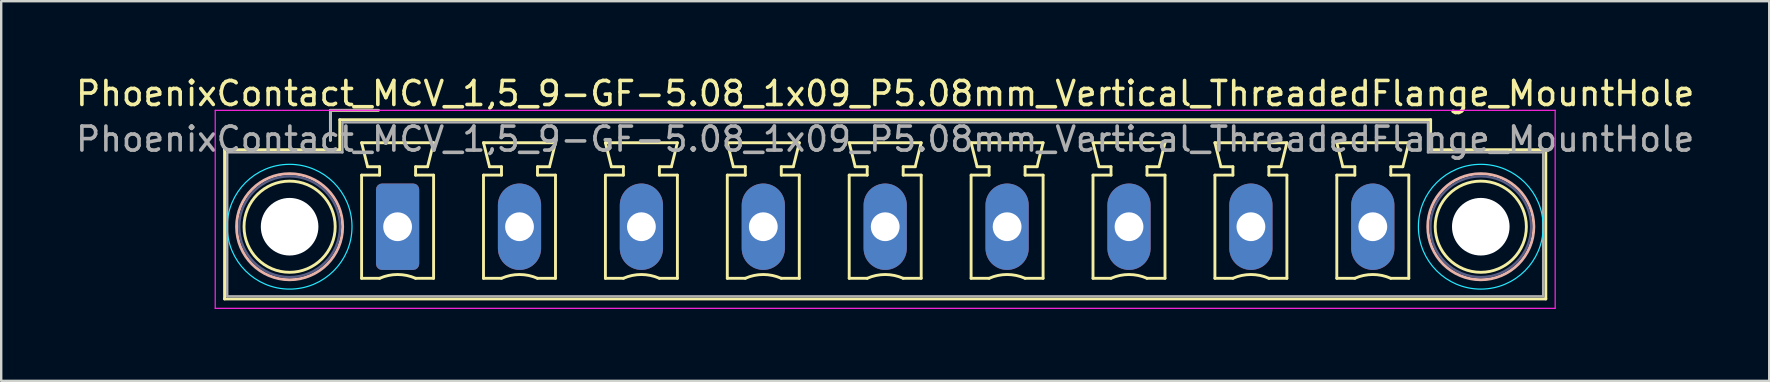
<source format=kicad_pcb>
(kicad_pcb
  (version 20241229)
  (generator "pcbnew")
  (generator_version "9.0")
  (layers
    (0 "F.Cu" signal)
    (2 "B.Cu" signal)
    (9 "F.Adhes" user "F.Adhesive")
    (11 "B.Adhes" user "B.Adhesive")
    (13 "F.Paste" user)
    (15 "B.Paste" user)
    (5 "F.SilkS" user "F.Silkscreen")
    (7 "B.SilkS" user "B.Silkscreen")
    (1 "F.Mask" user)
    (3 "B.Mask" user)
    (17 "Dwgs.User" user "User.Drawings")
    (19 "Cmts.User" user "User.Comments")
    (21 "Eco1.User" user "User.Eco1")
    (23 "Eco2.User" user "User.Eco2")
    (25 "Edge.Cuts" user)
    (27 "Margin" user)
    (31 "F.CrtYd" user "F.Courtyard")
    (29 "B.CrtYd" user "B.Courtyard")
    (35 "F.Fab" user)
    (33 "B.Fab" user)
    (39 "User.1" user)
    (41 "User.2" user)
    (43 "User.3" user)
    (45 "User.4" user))
  (footprint "PhoenixContact_MCV_1,5_9-GF-5.08_1x09_P5.08mm_Vertical_ThreadedFlange_MountHole"
    (layer "F.Cu")
    (at 13.519 6.398)
    (property "Reference" "PhoenixContact_MCV_1,5_9-GF-5.08_1x09_P5.08mm_Vertical_ThreadedFlange_MountHole" (at 20.32 -5.55 0) (layer "F.SilkS") (effects (font (size 1 1) (thickness 0.15))))
    (attr through_hole)
    (fp_line (start -7.21 -3.21) (end -7.21 3.01) (stroke (width 0.12) (type solid)) (layer "F.SilkS"))
    (fp_line (start -7.21 3.01) (end 47.85 3.01) (stroke (width 0.12) (type solid)) (layer "F.SilkS"))
    (fp_line (start -2.8 -4.85) (end -0.8 -4.85) (stroke (width 0.12) (type solid)) (layer "F.SilkS"))
    (fp_line (start -2.8 -3.6) (end -2.8 -4.85) (stroke (width 0.12) (type solid)) (layer "F.SilkS"))
    (fp_line (start -2.41 -4.46) (end -2.41 -3.21) (stroke (width 0.12) (type solid)) (layer "F.SilkS"))
    (fp_line (start -2.41 -3.21) (end -7.21 -3.21) (stroke (width 0.12) (type solid)) (layer "F.SilkS"))
    (fp_line (start -1.5 -3.5) (end 1.5 -3.5) (stroke (width 0.12) (type solid)) (layer "F.SilkS"))
    (fp_line (start -1.5 -2.15) (end -0.75 -2.15) (stroke (width 0.12) (type solid)) (layer "F.SilkS"))
    (fp_line (start -1.5 2.15) (end -1.5 -2.15) (stroke (width 0.12) (type solid)) (layer "F.SilkS"))
    (fp_line (start -1.25 -2.5) (end -1.5 -3.5) (stroke (width 0.12) (type solid)) (layer "F.SilkS"))
    (fp_line (start -0.75 -2.5) (end -1.25 -2.5) (stroke (width 0.12) (type solid)) (layer "F.SilkS"))
    (fp_line (start -0.75 -2.15) (end -0.75 -2.5) (stroke (width 0.12) (type solid)) (layer "F.SilkS"))
    (fp_line (start -0.75 2.15) (end -1.5 2.15) (stroke (width 0.12) (type solid)) (layer "F.SilkS"))
    (fp_line (start 0.75 -2.5) (end 0.75 -2.15) (stroke (width 0.12) (type solid)) (layer "F.SilkS"))
    (fp_line (start 0.75 -2.15) (end 1.5 -2.15) (stroke (width 0.12) (type solid)) (layer "F.SilkS"))
    (fp_line (start 1.25 -2.5) (end 0.75 -2.5) (stroke (width 0.12) (type solid)) (layer "F.SilkS"))
    (fp_line (start 1.5 -3.5) (end 1.25 -2.5) (stroke (width 0.12) (type solid)) (layer "F.SilkS"))
    (fp_line (start 1.5 -2.15) (end 1.5 2.15) (stroke (width 0.12) (type solid)) (layer "F.SilkS"))
    (fp_line (start 1.5 2.15) (end 0.75 2.15) (stroke (width 0.12) (type solid)) (layer "F.SilkS"))
    (fp_line (start 3.58 -3.5) (end 6.58 -3.5) (stroke (width 0.12) (type solid)) (layer "F.SilkS"))
    (fp_line (start 3.58 -2.15) (end 4.33 -2.15) (stroke (width 0.12) (type solid)) (layer "F.SilkS"))
    (fp_line (start 3.58 2.15) (end 3.58 -2.15) (stroke (width 0.12) (type solid)) (layer "F.SilkS"))
    (fp_line (start 3.83 -2.5) (end 3.58 -3.5) (stroke (width 0.12) (type solid)) (layer "F.SilkS"))
    (fp_line (start 4.33 -2.5) (end 3.83 -2.5) (stroke (width 0.12) (type solid)) (layer "F.SilkS"))
    (fp_line (start 4.33 -2.15) (end 4.33 -2.5) (stroke (width 0.12) (type solid)) (layer "F.SilkS"))
    (fp_line (start 4.33 2.15) (end 3.58 2.15) (stroke (width 0.12) (type solid)) (layer "F.SilkS"))
    (fp_line (start 5.83 -2.5) (end 5.83 -2.15) (stroke (width 0.12) (type solid)) (layer "F.SilkS"))
    (fp_line (start 5.83 -2.15) (end 6.58 -2.15) (stroke (width 0.12) (type solid)) (layer "F.SilkS"))
    (fp_line (start 6.33 -2.5) (end 5.83 -2.5) (stroke (width 0.12) (type solid)) (layer "F.SilkS"))
    (fp_line (start 6.58 -3.5) (end 6.33 -2.5) (stroke (width 0.12) (type solid)) (layer "F.SilkS"))
    (fp_line (start 6.58 -2.15) (end 6.58 2.15) (stroke (width 0.12) (type solid)) (layer "F.SilkS"))
    (fp_line (start 6.58 2.15) (end 5.83 2.15) (stroke (width 0.12) (type solid)) (layer "F.SilkS"))
    (fp_line (start 8.66 -3.5) (end 11.66 -3.5) (stroke (width 0.12) (type solid)) (layer "F.SilkS"))
    (fp_line (start 8.66 -2.15) (end 9.41 -2.15) (stroke (width 0.12) (type solid)) (layer "F.SilkS"))
    (fp_line (start 8.66 2.15) (end 8.66 -2.15) (stroke (width 0.12) (type solid)) (layer "F.SilkS"))
    (fp_line (start 8.91 -2.5) (end 8.66 -3.5) (stroke (width 0.12) (type solid)) (layer "F.SilkS"))
    (fp_line (start 9.41 -2.5) (end 8.91 -2.5) (stroke (width 0.12) (type solid)) (layer "F.SilkS"))
    (fp_line (start 9.41 -2.15) (end 9.41 -2.5) (stroke (width 0.12) (type solid)) (layer "F.SilkS"))
    (fp_line (start 9.41 2.15) (end 8.66 2.15) (stroke (width 0.12) (type solid)) (layer "F.SilkS"))
    (fp_line (start 10.91 -2.5) (end 10.91 -2.15) (stroke (width 0.12) (type solid)) (layer "F.SilkS"))
    (fp_line (start 10.91 -2.15) (end 11.66 -2.15) (stroke (width 0.12) (type solid)) (layer "F.SilkS"))
    (fp_line (start 11.41 -2.5) (end 10.91 -2.5) (stroke (width 0.12) (type solid)) (layer "F.SilkS"))
    (fp_line (start 11.66 -3.5) (end 11.41 -2.5) (stroke (width 0.12) (type solid)) (layer "F.SilkS"))
    (fp_line (start 11.66 -2.15) (end 11.66 2.15) (stroke (width 0.12) (type solid)) (layer "F.SilkS"))
    (fp_line (start 11.66 2.15) (end 10.91 2.15) (stroke (width 0.12) (type solid)) (layer "F.SilkS"))
    (fp_line (start 13.74 -3.5) (end 16.74 -3.5) (stroke (width 0.12) (type solid)) (layer "F.SilkS"))
    (fp_line (start 13.74 -2.15) (end 14.49 -2.15) (stroke (width 0.12) (type solid)) (layer "F.SilkS"))
    (fp_line (start 13.74 2.15) (end 13.74 -2.15) (stroke (width 0.12) (type solid)) (layer "F.SilkS"))
    (fp_line (start 13.99 -2.5) (end 13.74 -3.5) (stroke (width 0.12) (type solid)) (layer "F.SilkS"))
    (fp_line (start 14.49 -2.5) (end 13.99 -2.5) (stroke (width 0.12) (type solid)) (layer "F.SilkS"))
    (fp_line (start 14.49 -2.15) (end 14.49 -2.5) (stroke (width 0.12) (type solid)) (layer "F.SilkS"))
    (fp_line (start 14.49 2.15) (end 13.74 2.15) (stroke (width 0.12) (type solid)) (layer "F.SilkS"))
    (fp_line (start 15.99 -2.5) (end 15.99 -2.15) (stroke (width 0.12) (type solid)) (layer "F.SilkS"))
    (fp_line (start 15.99 -2.15) (end 16.74 -2.15) (stroke (width 0.12) (type solid)) (layer "F.SilkS"))
    (fp_line (start 16.49 -2.5) (end 15.99 -2.5) (stroke (width 0.12) (type solid)) (layer "F.SilkS"))
    (fp_line (start 16.74 -3.5) (end 16.49 -2.5) (stroke (width 0.12) (type solid)) (layer "F.SilkS"))
    (fp_line (start 16.74 -2.15) (end 16.74 2.15) (stroke (width 0.12) (type solid)) (layer "F.SilkS"))
    (fp_line (start 16.74 2.15) (end 15.99 2.15) (stroke (width 0.12) (type solid)) (layer "F.SilkS"))
    (fp_line (start 18.82 -3.5) (end 21.82 -3.5) (stroke (width 0.12) (type solid)) (layer "F.SilkS"))
    (fp_line (start 18.82 -2.15) (end 19.57 -2.15) (stroke (width 0.12) (type solid)) (layer "F.SilkS"))
    (fp_line (start 18.82 2.15) (end 18.82 -2.15) (stroke (width 0.12) (type solid)) (layer "F.SilkS"))
    (fp_line (start 19.07 -2.5) (end 18.82 -3.5) (stroke (width 0.12) (type solid)) (layer "F.SilkS"))
    (fp_line (start 19.57 -2.5) (end 19.07 -2.5) (stroke (width 0.12) (type solid)) (layer "F.SilkS"))
    (fp_line (start 19.57 -2.15) (end 19.57 -2.5) (stroke (width 0.12) (type solid)) (layer "F.SilkS"))
    (fp_line (start 19.57 2.15) (end 18.82 2.15) (stroke (width 0.12) (type solid)) (layer "F.SilkS"))
    (fp_line (start 21.07 -2.5) (end 21.07 -2.15) (stroke (width 0.12) (type solid)) (layer "F.SilkS"))
    (fp_line (start 21.07 -2.15) (end 21.82 -2.15) (stroke (width 0.12) (type solid)) (layer "F.SilkS"))
    (fp_line (start 21.57 -2.5) (end 21.07 -2.5) (stroke (width 0.12) (type solid)) (layer "F.SilkS"))
    (fp_line (start 21.82 -3.5) (end 21.57 -2.5) (stroke (width 0.12) (type solid)) (layer "F.SilkS"))
    (fp_line (start 21.82 -2.15) (end 21.82 2.15) (stroke (width 0.12) (type solid)) (layer "F.SilkS"))
    (fp_line (start 21.82 2.15) (end 21.07 2.15) (stroke (width 0.12) (type solid)) (layer "F.SilkS"))
    (fp_line (start 23.9 -3.5) (end 26.9 -3.5) (stroke (width 0.12) (type solid)) (layer "F.SilkS"))
    (fp_line (start 23.9 -2.15) (end 24.65 -2.15) (stroke (width 0.12) (type solid)) (layer "F.SilkS"))
    (fp_line (start 23.9 2.15) (end 23.9 -2.15) (stroke (width 0.12) (type solid)) (layer "F.SilkS"))
    (fp_line (start 24.15 -2.5) (end 23.9 -3.5) (stroke (width 0.12) (type solid)) (layer "F.SilkS"))
    (fp_line (start 24.65 -2.5) (end 24.15 -2.5) (stroke (width 0.12) (type solid)) (layer "F.SilkS"))
    (fp_line (start 24.65 -2.15) (end 24.65 -2.5) (stroke (width 0.12) (type solid)) (layer "F.SilkS"))
    (fp_line (start 24.65 2.15) (end 23.9 2.15) (stroke (width 0.12) (type solid)) (layer "F.SilkS"))
    (fp_line (start 26.15 -2.5) (end 26.15 -2.15) (stroke (width 0.12) (type solid)) (layer "F.SilkS"))
    (fp_line (start 26.15 -2.15) (end 26.9 -2.15) (stroke (width 0.12) (type solid)) (layer "F.SilkS"))
    (fp_line (start 26.65 -2.5) (end 26.15 -2.5) (stroke (width 0.12) (type solid)) (layer "F.SilkS"))
    (fp_line (start 26.9 -3.5) (end 26.65 -2.5) (stroke (width 0.12) (type solid)) (layer "F.SilkS"))
    (fp_line (start 26.9 -2.15) (end 26.9 2.15) (stroke (width 0.12) (type solid)) (layer "F.SilkS"))
    (fp_line (start 26.9 2.15) (end 26.15 2.15) (stroke (width 0.12) (type solid)) (layer "F.SilkS"))
    (fp_line (start 28.98 -3.5) (end 31.98 -3.5) (stroke (width 0.12) (type solid)) (layer "F.SilkS"))
    (fp_line (start 28.98 -2.15) (end 29.73 -2.15) (stroke (width 0.12) (type solid)) (layer "F.SilkS"))
    (fp_line (start 28.98 2.15) (end 28.98 -2.15) (stroke (width 0.12) (type solid)) (layer "F.SilkS"))
    (fp_line (start 29.23 -2.5) (end 28.98 -3.5) (stroke (width 0.12) (type solid)) (layer "F.SilkS"))
    (fp_line (start 29.73 -2.5) (end 29.23 -2.5) (stroke (width 0.12) (type solid)) (layer "F.SilkS"))
    (fp_line (start 29.73 -2.15) (end 29.73 -2.5) (stroke (width 0.12) (type solid)) (layer "F.SilkS"))
    (fp_line (start 29.73 2.15) (end 28.98 2.15) (stroke (width 0.12) (type solid)) (layer "F.SilkS"))
    (fp_line (start 31.23 -2.5) (end 31.23 -2.15) (stroke (width 0.12) (type solid)) (layer "F.SilkS"))
    (fp_line (start 31.23 -2.15) (end 31.98 -2.15) (stroke (width 0.12) (type solid)) (layer "F.SilkS"))
    (fp_line (start 31.73 -2.5) (end 31.23 -2.5) (stroke (width 0.12) (type solid)) (layer "F.SilkS"))
    (fp_line (start 31.98 -3.5) (end 31.73 -2.5) (stroke (width 0.12) (type solid)) (layer "F.SilkS"))
    (fp_line (start 31.98 -2.15) (end 31.98 2.15) (stroke (width 0.12) (type solid)) (layer "F.SilkS"))
    (fp_line (start 31.98 2.15) (end 31.23 2.15) (stroke (width 0.12) (type solid)) (layer "F.SilkS"))
    (fp_line (start 34.06 -3.5) (end 37.06 -3.5) (stroke (width 0.12) (type solid)) (layer "F.SilkS"))
    (fp_line (start 34.06 -2.15) (end 34.81 -2.15) (stroke (width 0.12) (type solid)) (layer "F.SilkS"))
    (fp_line (start 34.06 2.15) (end 34.06 -2.15) (stroke (width 0.12) (type solid)) (layer "F.SilkS"))
    (fp_line (start 34.31 -2.5) (end 34.06 -3.5) (stroke (width 0.12) (type solid)) (layer "F.SilkS"))
    (fp_line (start 34.81 -2.5) (end 34.31 -2.5) (stroke (width 0.12) (type solid)) (layer "F.SilkS"))
    (fp_line (start 34.81 -2.15) (end 34.81 -2.5) (stroke (width 0.12) (type solid)) (layer "F.SilkS"))
    (fp_line (start 34.81 2.15) (end 34.06 2.15) (stroke (width 0.12) (type solid)) (layer "F.SilkS"))
    (fp_line (start 36.31 -2.5) (end 36.31 -2.15) (stroke (width 0.12) (type solid)) (layer "F.SilkS"))
    (fp_line (start 36.31 -2.15) (end 37.06 -2.15) (stroke (width 0.12) (type solid)) (layer "F.SilkS"))
    (fp_line (start 36.81 -2.5) (end 36.31 -2.5) (stroke (width 0.12) (type solid)) (layer "F.SilkS"))
    (fp_line (start 37.06 -3.5) (end 36.81 -2.5) (stroke (width 0.12) (type solid)) (layer "F.SilkS"))
    (fp_line (start 37.06 -2.15) (end 37.06 2.15) (stroke (width 0.12) (type solid)) (layer "F.SilkS"))
    (fp_line (start 37.06 2.15) (end 36.31 2.15) (stroke (width 0.12) (type solid)) (layer "F.SilkS"))
    (fp_line (start 39.14 -3.5) (end 42.14 -3.5) (stroke (width 0.12) (type solid)) (layer "F.SilkS"))
    (fp_line (start 39.14 -2.15) (end 39.89 -2.15) (stroke (width 0.12) (type solid)) (layer "F.SilkS"))
    (fp_line (start 39.14 2.15) (end 39.14 -2.15) (stroke (width 0.12) (type solid)) (layer "F.SilkS"))
    (fp_line (start 39.39 -2.5) (end 39.14 -3.5) (stroke (width 0.12) (type solid)) (layer "F.SilkS"))
    (fp_line (start 39.89 -2.5) (end 39.39 -2.5) (stroke (width 0.12) (type solid)) (layer "F.SilkS"))
    (fp_line (start 39.89 -2.15) (end 39.89 -2.5) (stroke (width 0.12) (type solid)) (layer "F.SilkS"))
    (fp_line (start 39.89 2.15) (end 39.14 2.15) (stroke (width 0.12) (type solid)) (layer "F.SilkS"))
    (fp_line (start 41.39 -2.5) (end 41.39 -2.15) (stroke (width 0.12) (type solid)) (layer "F.SilkS"))
    (fp_line (start 41.39 -2.15) (end 42.14 -2.15) (stroke (width 0.12) (type solid)) (layer "F.SilkS"))
    (fp_line (start 41.89 -2.5) (end 41.39 -2.5) (stroke (width 0.12) (type solid)) (layer "F.SilkS"))
    (fp_line (start 42.14 -3.5) (end 41.89 -2.5) (stroke (width 0.12) (type solid)) (layer "F.SilkS"))
    (fp_line (start 42.14 -2.15) (end 42.14 2.15) (stroke (width 0.12) (type solid)) (layer "F.SilkS"))
    (fp_line (start 42.14 2.15) (end 41.39 2.15) (stroke (width 0.12) (type solid)) (layer "F.SilkS"))
    (fp_line (start 43.05 -4.46) (end -2.41 -4.46) (stroke (width 0.12) (type solid)) (layer "F.SilkS"))
    (fp_line (start 43.05 -3.21) (end 43.05 -4.46) (stroke (width 0.12) (type solid)) (layer "F.SilkS"))
    (fp_line (start 47.85 -3.21) (end 43.05 -3.21) (stroke (width 0.12) (type solid)) (layer "F.SilkS"))
    (fp_line (start 47.85 3.01) (end 47.85 -3.21) (stroke (width 0.12) (type solid)) (layer "F.SilkS"))
    (fp_arc (start -0.75 2.15) (mid -0.000193 1.99191) (end 0.749647 2.149844) (stroke (width 0.12) (type solid)) (layer "F.SilkS"))
    (fp_arc (start 4.33 2.15) (mid 5.079807 1.99191) (end 5.829647 2.149844) (stroke (width 0.12) (type solid)) (layer "F.SilkS"))
    (fp_arc (start 9.41 2.15) (mid 10.159807 1.99191) (end 10.909647 2.149844) (stroke (width 0.12) (type solid)) (layer "F.SilkS"))
    (fp_arc (start 14.49 2.15) (mid 15.239807 1.99191) (end 15.989647 2.149844) (stroke (width 0.12) (type solid)) (layer "F.SilkS"))
    (fp_arc (start 19.57 2.15) (mid 20.319807 1.99191) (end 21.069647 2.149844) (stroke (width 0.12) (type solid)) (layer "F.SilkS"))
    (fp_arc (start 24.65 2.15) (mid 25.399807 1.99191) (end 26.149647 2.149844) (stroke (width 0.12) (type solid)) (layer "F.SilkS"))
    (fp_arc (start 29.73 2.15) (mid 30.479807 1.99191) (end 31.229647 2.149844) (stroke (width 0.12) (type solid)) (layer "F.SilkS"))
    (fp_arc (start 34.81 2.15) (mid 35.559807 1.99191) (end 36.309647 2.149844) (stroke (width 0.12) (type solid)) (layer "F.SilkS"))
    (fp_arc (start 39.89 2.15) (mid 40.639807 1.99191) (end 41.389647 2.149844) (stroke (width 0.12) (type solid)) (layer "F.SilkS"))
    (fp_circle (center -4.5 0) (end -2.6 0) (stroke (width 0.12) (type solid)) (fill no) (layer "F.SilkS"))
    (fp_circle (center 45.14 0) (end 47.04 0) (stroke (width 0.12) (type solid)) (fill no) (layer "F.SilkS"))
    (fp_circle (center -4.5 0) (end -2.29 0) (stroke (width 0.12) (type solid)) (fill no) (layer "B.SilkS"))
    (fp_circle (center 45.14 0) (end 47.35 0) (stroke (width 0.12) (type solid)) (fill no) (layer "B.SilkS"))
    (fp_circle (center -4.5 0) (end -1.9 0) (stroke (width 0.05) (type solid)) (fill no) (layer "B.CrtYd"))
    (fp_circle (center 45.14 0) (end 47.74 0) (stroke (width 0.05) (type solid)) (fill no) (layer "B.CrtYd"))
    (fp_line (start -7.6 -4.85) (end -7.6 3.4) (stroke (width 0.05) (type solid)) (layer "F.CrtYd"))
    (fp_line (start -7.6 3.4) (end 48.24 3.4) (stroke (width 0.05) (type solid)) (layer "F.CrtYd"))
    (fp_line (start 48.24 -4.85) (end -7.6 -4.85) (stroke (width 0.05) (type solid)) (layer "F.CrtYd"))
    (fp_line (start 48.24 3.4) (end 48.24 -4.85) (stroke (width 0.05) (type solid)) (layer "F.CrtYd"))
    (fp_circle (center -4.5 0) (end -2.4 0) (stroke (width 0.1) (type solid)) (fill no) (layer "B.Fab"))
    (fp_circle (center 45.14 0) (end 47.24 0) (stroke (width 0.1) (type solid)) (fill no) (layer "B.Fab"))
    (fp_line (start -7.1 -3.1) (end -7.1 2.9) (stroke (width 0.1) (type solid)) (layer "F.Fab"))
    (fp_line (start -7.1 2.9) (end 47.74 2.9) (stroke (width 0.1) (type solid)) (layer "F.Fab"))
    (fp_line (start -2.8 -4.85) (end -0.8 -4.85) (stroke (width 0.1) (type solid)) (layer "F.Fab"))
    (fp_line (start -2.8 -3.6) (end -2.8 -4.85) (stroke (width 0.1) (type solid)) (layer "F.Fab"))
    (fp_line (start -2.3 -4.35) (end -2.3 -3.1) (stroke (width 0.1) (type solid)) (layer "F.Fab"))
    (fp_line (start -2.3 -3.1) (end -7.1 -3.1) (stroke (width 0.1) (type solid)) (layer "F.Fab"))
    (fp_line (start 42.94 -4.35) (end -2.3 -4.35) (stroke (width 0.1) (type solid)) (layer "F.Fab"))
    (fp_line (start 42.94 -3.1) (end 42.94 -4.35) (stroke (width 0.1) (type solid)) (layer "F.Fab"))
    (fp_line (start 47.74 -3.1) (end 42.94 -3.1) (stroke (width 0.1) (type solid)) (layer "F.Fab"))
    (fp_line (start 47.74 2.9) (end 47.74 -3.1) (stroke (width 0.1) (type solid)) (layer "F.Fab"))
    (fp_text user "${REFERENCE}" (at 20.32 -3.65 0) (layer "F.Fab") (effects (font (size 1 1) (thickness 0.15))))
    (pad "" np_thru_hole circle (at -4.5 0) (size 2.4 2.4) (drill 2.4) (layers "*.Cu" "*.Mask"))
    (pad "" np_thru_hole circle (at 45.14 0) (size 2.4 2.4) (drill 2.4) (layers "*.Cu" "*.Mask"))
    (pad "1" thru_hole roundrect (at 0 0) (size 1.8 3.6) (drill 1.2) (layers "*.Cu" "*.Mask") (roundrect_rratio 0.139))
    (pad "2" thru_hole oval (at 5.08 0) (size 1.8 3.6) (drill 1.2) (layers "*.Cu" "*.Mask"))
    (pad "3" thru_hole oval (at 10.16 0) (size 1.8 3.6) (drill 1.2) (layers "*.Cu" "*.Mask"))
    (pad "4" thru_hole oval (at 15.24 0) (size 1.8 3.6) (drill 1.2) (layers "*.Cu" "*.Mask"))
    (pad "5" thru_hole oval (at 20.32 0) (size 1.8 3.6) (drill 1.2) (layers "*.Cu" "*.Mask"))
    (pad "6" thru_hole oval (at 25.4 0) (size 1.8 3.6) (drill 1.2) (layers "*.Cu" "*.Mask"))
    (pad "7" thru_hole oval (at 30.48 0) (size 1.8 3.6) (drill 1.2) (layers "*.Cu" "*.Mask"))
    (pad "8" thru_hole oval (at 35.56 0) (size 1.8 3.6) (drill 1.2) (layers "*.Cu" "*.Mask"))
    (pad "9" thru_hole oval (at 40.64 0) (size 1.8 3.6) (drill 1.2) (layers "*.Cu" "*.Mask")))
  (gr_rect
    (start -3 -3)
    (end 70.679 12.823)
    (stroke (width 0.1) (type default))
    (fill no)
    (layer "Edge.Cuts")))
</source>
